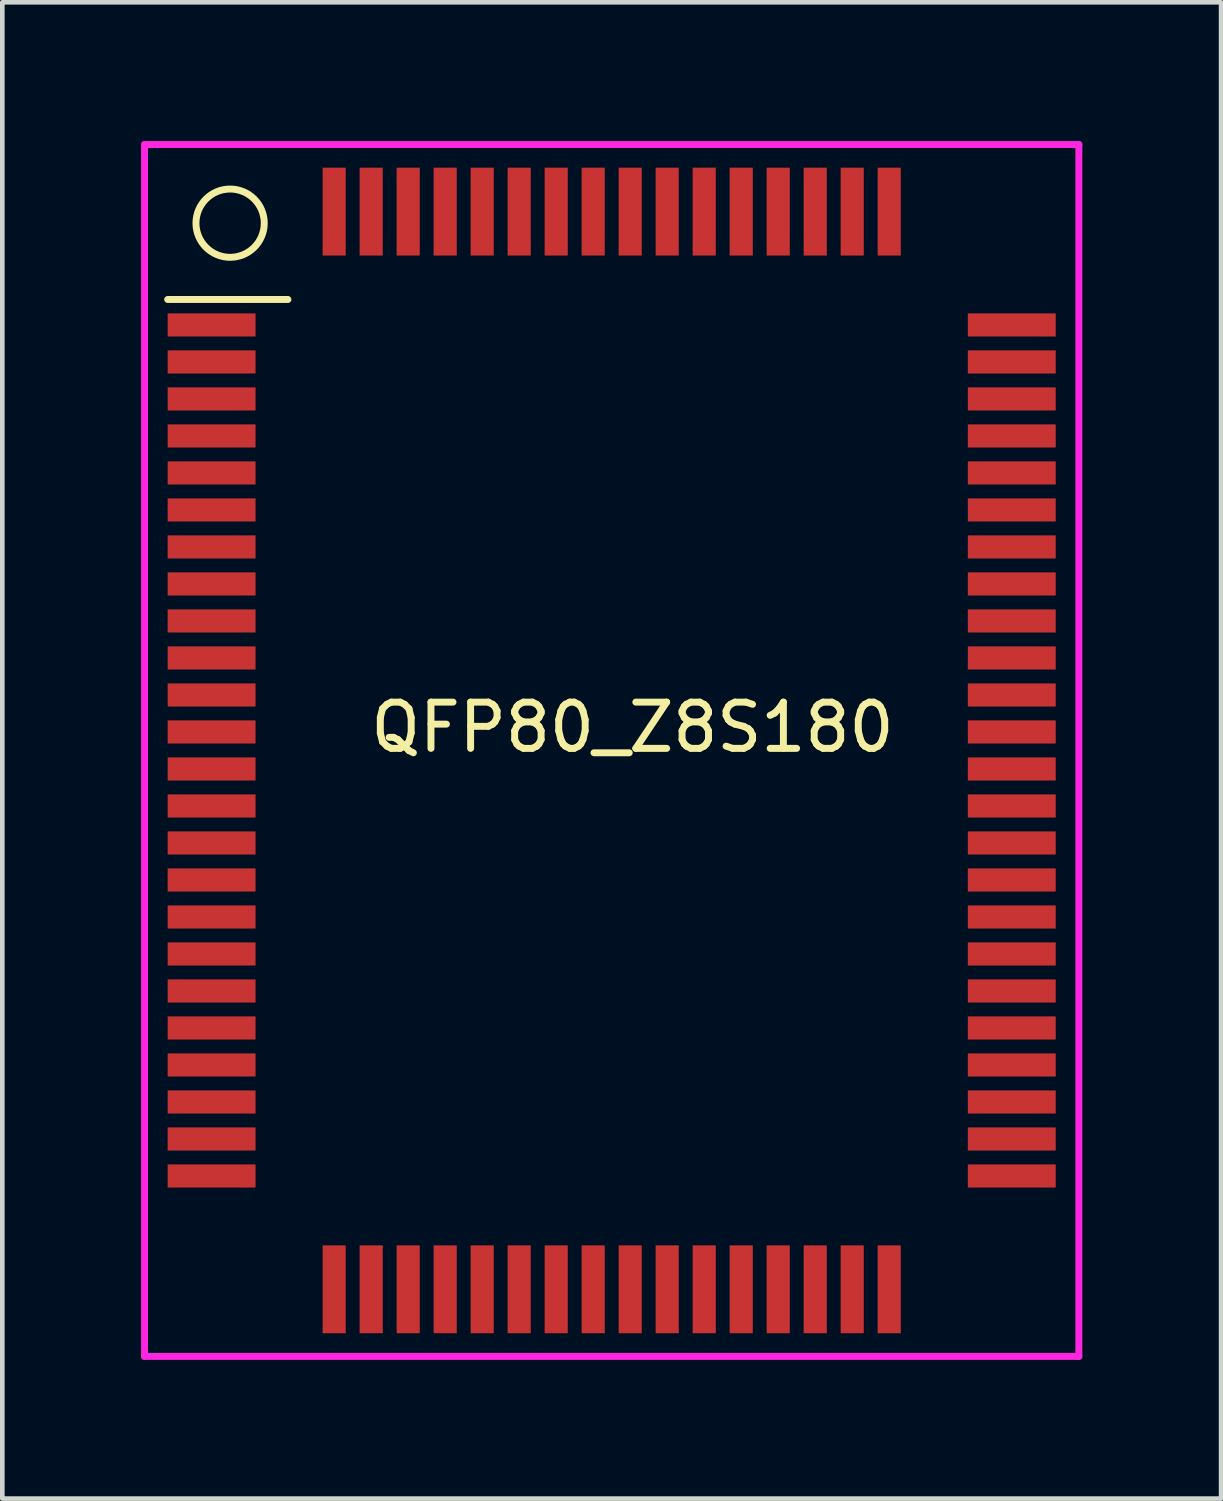
<source format=kicad_pcb>
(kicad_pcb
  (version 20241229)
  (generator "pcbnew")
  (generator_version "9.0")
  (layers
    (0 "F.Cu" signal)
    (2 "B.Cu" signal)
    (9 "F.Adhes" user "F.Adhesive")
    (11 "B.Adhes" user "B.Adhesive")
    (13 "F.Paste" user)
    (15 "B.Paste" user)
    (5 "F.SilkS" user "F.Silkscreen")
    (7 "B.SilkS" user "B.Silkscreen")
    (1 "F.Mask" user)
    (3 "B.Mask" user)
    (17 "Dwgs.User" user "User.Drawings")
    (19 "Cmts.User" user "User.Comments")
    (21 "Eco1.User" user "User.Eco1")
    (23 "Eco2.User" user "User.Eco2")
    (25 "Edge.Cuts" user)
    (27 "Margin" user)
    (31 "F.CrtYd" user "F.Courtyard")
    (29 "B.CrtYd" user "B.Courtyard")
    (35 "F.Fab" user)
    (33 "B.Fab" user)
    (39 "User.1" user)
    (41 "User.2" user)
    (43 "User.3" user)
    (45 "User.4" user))
  (footprint "QFP80_Z8S180"
    (layer "F.Cu")
    (at 1.525 3.975)
    (property "Reference" "QFP80_Z8S180" (at 9.1 8.7 0) (layer "F.SilkS") (effects (font (size 1 1) (thickness 0.15))))
    (attr through_hole)
    (fp_line (start -0.95 -0.55) (end 1.65 -0.55) (stroke (width 0.15) (type solid)) (layer "F.SilkS"))
    (fp_circle (center 0.4 -2.2) (end 1.05 -1.85) (stroke (width 0.15) (type solid)) (fill no) (layer "F.SilkS"))
    (fp_line (start -1.45 -3.9) (end 18.75 -3.9) (stroke (width 0.15) (type solid)) (layer "F.CrtYd"))
    (fp_line (start -1.45 22.3) (end -1.45 -3.9) (stroke (width 0.15) (type solid)) (layer "F.CrtYd"))
    (fp_line (start 18.75 -3.9) (end 18.75 22.3) (stroke (width 0.15) (type solid)) (layer "F.CrtYd"))
    (fp_line (start 18.75 22.3) (end -1.45 22.3) (stroke (width 0.15) (type solid)) (layer "F.CrtYd"))
    (pad "1" smd rect (at 0 0) (size 1.9 0.5) (layers "F.Cu" "F.Mask" "F.Paste"))
    (pad "2" smd rect (at 0 0.8) (size 1.9 0.5) (layers "F.Cu" "F.Mask" "F.Paste"))
    (pad "3" smd rect (at 0 1.6) (size 1.9 0.5) (layers "F.Cu" "F.Mask" "F.Paste"))
    (pad "4" smd rect (at 0 2.4) (size 1.9 0.5) (layers "F.Cu" "F.Mask" "F.Paste"))
    (pad "5" smd rect (at 0 3.2) (size 1.9 0.5) (layers "F.Cu" "F.Mask" "F.Paste"))
    (pad "6" smd rect (at 0 4) (size 1.9 0.5) (layers "F.Cu" "F.Mask" "F.Paste"))
    (pad "7" smd rect (at 0 4.8) (size 1.9 0.5) (layers "F.Cu" "F.Mask" "F.Paste"))
    (pad "8" smd rect (at 0 5.6) (size 1.9 0.5) (layers "F.Cu" "F.Mask" "F.Paste"))
    (pad "9" smd rect (at 0 6.4) (size 1.9 0.5) (layers "F.Cu" "F.Mask" "F.Paste"))
    (pad "10" smd rect (at 0 7.2) (size 1.9 0.5) (layers "F.Cu" "F.Mask" "F.Paste"))
    (pad "11" smd rect (at 0 8) (size 1.9 0.5) (layers "F.Cu" "F.Mask" "F.Paste"))
    (pad "12" smd rect (at 0 8.8) (size 1.9 0.5) (layers "F.Cu" "F.Mask" "F.Paste"))
    (pad "13" smd rect (at 0 9.6) (size 1.9 0.5) (layers "F.Cu" "F.Mask" "F.Paste"))
    (pad "14" smd rect (at 0 10.4) (size 1.9 0.5) (layers "F.Cu" "F.Mask" "F.Paste"))
    (pad "15" smd rect (at 0 11.2) (size 1.9 0.5) (layers "F.Cu" "F.Mask" "F.Paste"))
    (pad "16" smd rect (at 0 12) (size 1.9 0.5) (layers "F.Cu" "F.Mask" "F.Paste"))
    (pad "17" smd rect (at 0 12.8) (size 1.9 0.5) (layers "F.Cu" "F.Mask" "F.Paste"))
    (pad "18" smd rect (at 0 13.6) (size 1.9 0.5) (layers "F.Cu" "F.Mask" "F.Paste"))
    (pad "19" smd rect (at 0 14.4) (size 1.9 0.5) (layers "F.Cu" "F.Mask" "F.Paste"))
    (pad "20" smd rect (at 0 15.2) (size 1.9 0.5) (layers "F.Cu" "F.Mask" "F.Paste"))
    (pad "21" smd rect (at 0 16) (size 1.9 0.5) (layers "F.Cu" "F.Mask" "F.Paste"))
    (pad "22" smd rect (at 0 16.8) (size 1.9 0.5) (layers "F.Cu" "F.Mask" "F.Paste"))
    (pad "23" smd rect (at 0 17.6) (size 1.9 0.5) (layers "F.Cu" "F.Mask" "F.Paste"))
    (pad "24" smd rect (at 0 18.4) (size 1.9 0.5) (layers "F.Cu" "F.Mask" "F.Paste"))
    (pad "25" smd rect (at 2.65 20.85) (size 0.5 1.9) (layers "F.Cu" "F.Mask" "F.Paste"))
    (pad "26" smd rect (at 3.45 20.85) (size 0.5 1.9) (layers "F.Cu" "F.Mask" "F.Paste"))
    (pad "27" smd rect (at 4.25 20.85) (size 0.5 1.9) (layers "F.Cu" "F.Mask" "F.Paste"))
    (pad "28" smd rect (at 5.05 20.85) (size 0.5 1.9) (layers "F.Cu" "F.Mask" "F.Paste"))
    (pad "29" smd rect (at 5.85 20.85) (size 0.5 1.9) (layers "F.Cu" "F.Mask" "F.Paste"))
    (pad "30" smd rect (at 6.65 20.85) (size 0.5 1.9) (layers "F.Cu" "F.Mask" "F.Paste"))
    (pad "31" smd rect (at 7.45 20.85) (size 0.5 1.9) (layers "F.Cu" "F.Mask" "F.Paste"))
    (pad "32" smd rect (at 8.25 20.85) (size 0.5 1.9) (layers "F.Cu" "F.Mask" "F.Paste"))
    (pad "33" smd rect (at 9.05 20.85) (size 0.5 1.9) (layers "F.Cu" "F.Mask" "F.Paste"))
    (pad "34" smd rect (at 9.85 20.85) (size 0.5 1.9) (layers "F.Cu" "F.Mask" "F.Paste"))
    (pad "35" smd rect (at 10.65 20.85) (size 0.5 1.9) (layers "F.Cu" "F.Mask" "F.Paste"))
    (pad "36" smd rect (at 11.45 20.85) (size 0.5 1.9) (layers "F.Cu" "F.Mask" "F.Paste"))
    (pad "37" smd rect (at 12.25 20.85) (size 0.5 1.9) (layers "F.Cu" "F.Mask" "F.Paste"))
    (pad "38" smd rect (at 13.05 20.85) (size 0.5 1.9) (layers "F.Cu" "F.Mask" "F.Paste"))
    (pad "39" smd rect (at 13.85 20.85) (size 0.5 1.9) (layers "F.Cu" "F.Mask" "F.Paste"))
    (pad "40" smd rect (at 14.65 20.85) (size 0.5 1.9) (layers "F.Cu" "F.Mask" "F.Paste"))
    (pad "41" smd rect (at 17.3 18.4) (size 1.9 0.5) (layers "F.Cu" "F.Mask" "F.Paste"))
    (pad "42" smd rect (at 17.3 17.6) (size 1.9 0.5) (layers "F.Cu" "F.Mask" "F.Paste"))
    (pad "43" smd rect (at 17.3 16.8) (size 1.9 0.5) (layers "F.Cu" "F.Mask" "F.Paste"))
    (pad "44" smd rect (at 17.3 16) (size 1.9 0.5) (layers "F.Cu" "F.Mask" "F.Paste"))
    (pad "45" smd rect (at 17.3 15.2) (size 1.9 0.5) (layers "F.Cu" "F.Mask" "F.Paste"))
    (pad "46" smd rect (at 17.3 14.4) (size 1.9 0.5) (layers "F.Cu" "F.Mask" "F.Paste"))
    (pad "47" smd rect (at 17.3 13.6) (size 1.9 0.5) (layers "F.Cu" "F.Mask" "F.Paste"))
    (pad "48" smd rect (at 17.3 12.8) (size 1.9 0.5) (layers "F.Cu" "F.Mask" "F.Paste"))
    (pad "49" smd rect (at 17.3 12) (size 1.9 0.5) (layers "F.Cu" "F.Mask" "F.Paste"))
    (pad "50" smd rect (at 17.3 11.2) (size 1.9 0.5) (layers "F.Cu" "F.Mask" "F.Paste"))
    (pad "51" smd rect (at 17.3 10.4) (size 1.9 0.5) (layers "F.Cu" "F.Mask" "F.Paste"))
    (pad "52" smd rect (at 17.3 9.6) (size 1.9 0.5) (layers "F.Cu" "F.Mask" "F.Paste"))
    (pad "53" smd rect (at 17.3 8.8) (size 1.9 0.5) (layers "F.Cu" "F.Mask" "F.Paste"))
    (pad "54" smd rect (at 17.3 8) (size 1.9 0.5) (layers "F.Cu" "F.Mask" "F.Paste"))
    (pad "55" smd rect (at 17.3 7.2) (size 1.9 0.5) (layers "F.Cu" "F.Mask" "F.Paste"))
    (pad "56" smd rect (at 17.3 6.4) (size 1.9 0.5) (layers "F.Cu" "F.Mask" "F.Paste"))
    (pad "57" smd rect (at 17.3 5.6) (size 1.9 0.5) (layers "F.Cu" "F.Mask" "F.Paste"))
    (pad "58" smd rect (at 17.3 4.8) (size 1.9 0.5) (layers "F.Cu" "F.Mask" "F.Paste"))
    (pad "59" smd rect (at 17.3 4) (size 1.9 0.5) (layers "F.Cu" "F.Mask" "F.Paste"))
    (pad "60" smd rect (at 17.3 3.2) (size 1.9 0.5) (layers "F.Cu" "F.Mask" "F.Paste"))
    (pad "61" smd rect (at 17.3 2.4) (size 1.9 0.5) (layers "F.Cu" "F.Mask" "F.Paste"))
    (pad "62" smd rect (at 17.3 1.6) (size 1.9 0.5) (layers "F.Cu" "F.Mask" "F.Paste"))
    (pad "63" smd rect (at 17.3 0.8) (size 1.9 0.5) (layers "F.Cu" "F.Mask" "F.Paste"))
    (pad "64" smd rect (at 17.3 0) (size 1.9 0.5) (layers "F.Cu" "F.Mask" "F.Paste"))
    (pad "65" smd rect (at 14.65 -2.45) (size 0.5 1.9) (layers "F.Cu" "F.Mask" "F.Paste"))
    (pad "66" smd rect (at 13.85 -2.45) (size 0.5 1.9) (layers "F.Cu" "F.Mask" "F.Paste"))
    (pad "67" smd rect (at 13.05 -2.45) (size 0.5 1.9) (layers "F.Cu" "F.Mask" "F.Paste"))
    (pad "68" smd rect (at 12.25 -2.45) (size 0.5 1.9) (layers "F.Cu" "F.Mask" "F.Paste"))
    (pad "69" smd rect (at 11.45 -2.45) (size 0.5 1.9) (layers "F.Cu" "F.Mask" "F.Paste"))
    (pad "70" smd rect (at 10.65 -2.45) (size 0.5 1.9) (layers "F.Cu" "F.Mask" "F.Paste"))
    (pad "71" smd rect (at 9.85 -2.45) (size 0.5 1.9) (layers "F.Cu" "F.Mask" "F.Paste"))
    (pad "72" smd rect (at 9.05 -2.45) (size 0.5 1.9) (layers "F.Cu" "F.Mask" "F.Paste"))
    (pad "73" smd rect (at 8.25 -2.45) (size 0.5 1.9) (layers "F.Cu" "F.Mask" "F.Paste"))
    (pad "74" smd rect (at 7.45 -2.45) (size 0.5 1.9) (layers "F.Cu" "F.Mask" "F.Paste"))
    (pad "75" smd rect (at 6.65 -2.45) (size 0.5 1.9) (layers "F.Cu" "F.Mask" "F.Paste"))
    (pad "76" smd rect (at 5.85 -2.45) (size 0.5 1.9) (layers "F.Cu" "F.Mask" "F.Paste"))
    (pad "77" smd rect (at 5.05 -2.45) (size 0.5 1.9) (layers "F.Cu" "F.Mask" "F.Paste"))
    (pad "78" smd rect (at 4.25 -2.45) (size 0.5 1.9) (layers "F.Cu" "F.Mask" "F.Paste"))
    (pad "79" smd rect (at 3.45 -2.45) (size 0.5 1.9) (layers "F.Cu" "F.Mask" "F.Paste"))
    (pad "80" smd rect (at 2.65 -2.45) (size 0.5 1.9) (layers "F.Cu" "F.Mask" "F.Paste")))
  (gr_rect
    (start -3 -3)
    (end 23.35 29.35)
    (stroke (width 0.1) (type default))
    (fill no)
    (layer "Edge.Cuts")))
</source>
